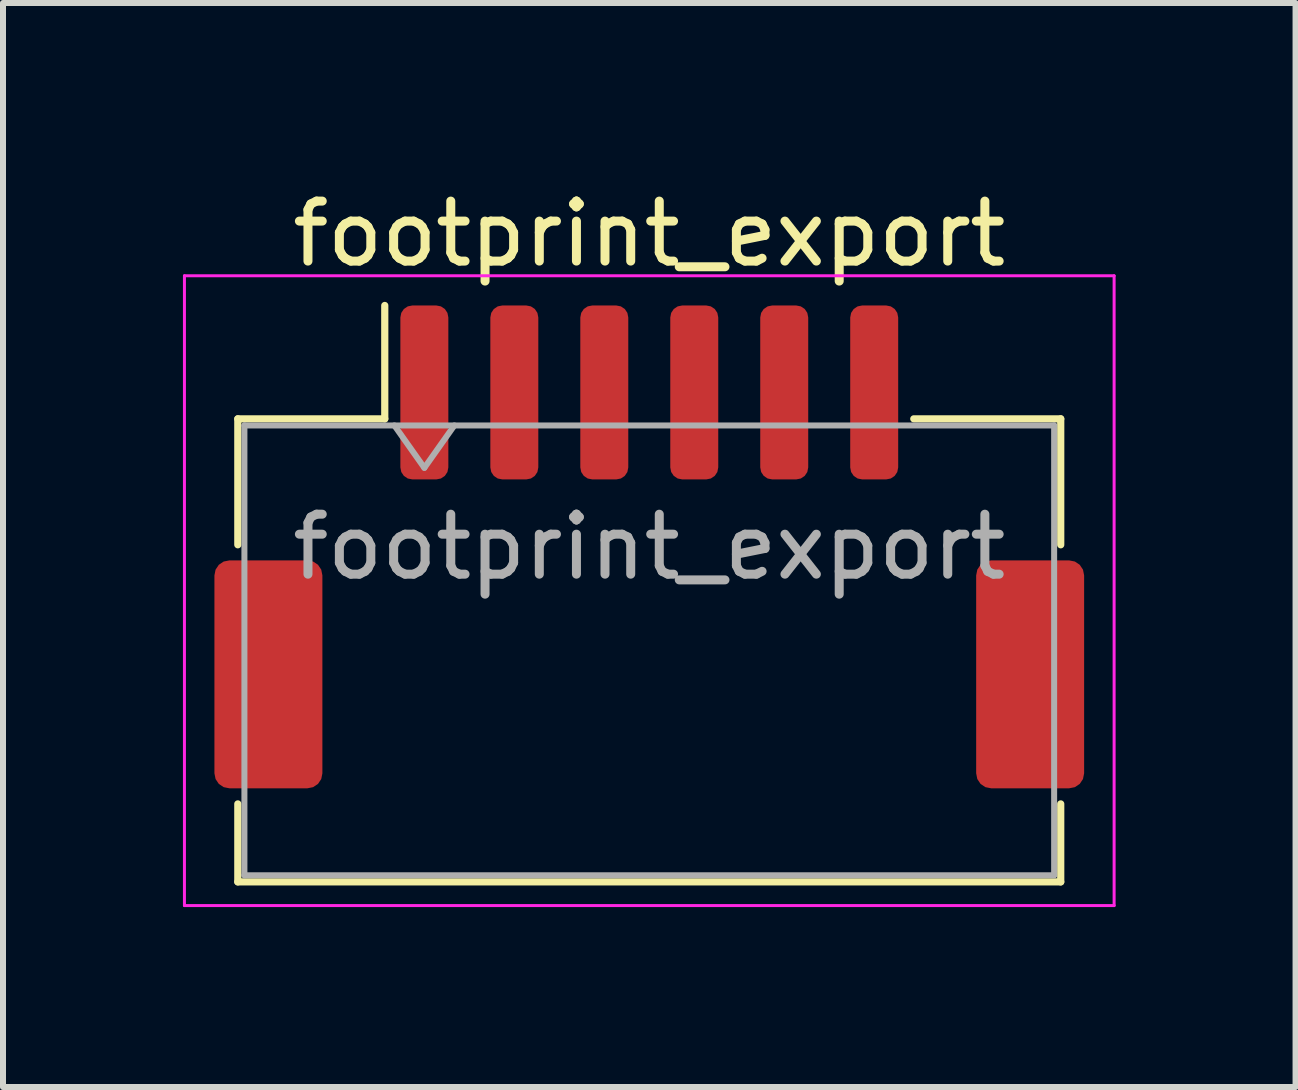
<source format=kicad_pcb>
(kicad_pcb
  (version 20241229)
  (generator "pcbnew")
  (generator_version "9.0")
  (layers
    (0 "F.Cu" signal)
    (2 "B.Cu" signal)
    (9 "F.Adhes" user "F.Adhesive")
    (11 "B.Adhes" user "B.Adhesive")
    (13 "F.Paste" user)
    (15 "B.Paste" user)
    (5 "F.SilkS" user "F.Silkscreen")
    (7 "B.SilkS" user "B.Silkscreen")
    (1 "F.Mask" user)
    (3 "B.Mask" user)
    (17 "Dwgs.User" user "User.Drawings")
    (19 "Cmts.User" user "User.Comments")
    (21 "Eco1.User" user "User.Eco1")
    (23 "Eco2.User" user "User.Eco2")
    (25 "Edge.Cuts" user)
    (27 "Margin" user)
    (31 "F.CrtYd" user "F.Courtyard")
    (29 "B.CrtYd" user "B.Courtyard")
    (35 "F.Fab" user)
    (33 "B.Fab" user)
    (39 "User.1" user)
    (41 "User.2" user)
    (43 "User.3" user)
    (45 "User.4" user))
  (footprint "footprint_export"
    (layer "F.Cu")
    (at 7.775 6.068)
    (property "Reference" "footprint_export" (at 0 -5.22 0) (layer "F.SilkS") (effects (font (size 1 1) (thickness 0.15))))
    (attr smd)
    (fp_line (start -6.86 -2.135) (end -4.41 -2.135) (stroke (width 0.12) (type solid)) (layer "F.SilkS"))
    (fp_line (start -6.86 -0.035) (end -6.86 -2.135) (stroke (width 0.12) (type solid)) (layer "F.SilkS"))
    (fp_line (start -6.86 4.285) (end -6.86 5.585) (stroke (width 0.12) (type solid)) (layer "F.SilkS"))
    (fp_line (start -6.86 5.585) (end 6.86 5.585) (stroke (width 0.12) (type solid)) (layer "F.SilkS"))
    (fp_line (start -4.41 -2.135) (end -4.41 -4.025) (stroke (width 0.12) (type solid)) (layer "F.SilkS"))
    (fp_line (start 6.86 -2.135) (end 4.41 -2.135) (stroke (width 0.12) (type solid)) (layer "F.SilkS"))
    (fp_line (start 6.86 -0.035) (end 6.86 -2.135) (stroke (width 0.12) (type solid)) (layer "F.SilkS"))
    (fp_line (start 6.86 5.585) (end 6.86 4.285) (stroke (width 0.12) (type solid)) (layer "F.SilkS"))
    (fp_line (start -7.75 -4.52) (end -7.75 5.98) (stroke (width 0.05) (type solid)) (layer "F.CrtYd"))
    (fp_line (start -7.75 5.98) (end 7.75 5.98) (stroke (width 0.05) (type solid)) (layer "F.CrtYd"))
    (fp_line (start 7.75 -4.52) (end -7.75 -4.52) (stroke (width 0.05) (type solid)) (layer "F.CrtYd"))
    (fp_line (start 7.75 5.98) (end 7.75 -4.52) (stroke (width 0.05) (type solid)) (layer "F.CrtYd"))
    (fp_line (start -6.75 -2.025) (end -6.75 5.475) (stroke (width 0.1) (type solid)) (layer "F.Fab"))
    (fp_line (start -6.75 -2.025) (end 6.75 -2.025) (stroke (width 0.1) (type solid)) (layer "F.Fab"))
    (fp_line (start -6.75 5.475) (end 6.75 5.475) (stroke (width 0.1) (type solid)) (layer "F.Fab"))
    (fp_line (start -4.25 -2.025) (end -3.75 -1.318) (stroke (width 0.1) (type solid)) (layer "F.Fab"))
    (fp_line (start -3.75 -1.318) (end -3.25 -2.025) (stroke (width 0.1) (type solid)) (layer "F.Fab"))
    (fp_line (start 6.75 -2.025) (end 6.75 5.475) (stroke (width 0.1) (type solid)) (layer "F.Fab"))
    (fp_text user "${REFERENCE}" (at 0 0 0) (layer "F.Fab") (effects (font (size 1 1) (thickness 0.15))))
    (pad "1" smd roundrect (at -3.75 -2.575) (size 0.8 2.9) (layers "F.Cu" "F.Mask" "F.Paste") (roundrect_rratio 0.25))
    (pad "2" smd roundrect (at -2.25 -2.575) (size 0.8 2.9) (layers "F.Cu" "F.Mask" "F.Paste") (roundrect_rratio 0.25))
    (pad "3" smd roundrect (at -0.75 -2.575) (size 0.8 2.9) (layers "F.Cu" "F.Mask" "F.Paste") (roundrect_rratio 0.25))
    (pad "4" smd roundrect (at 0.75 -2.575) (size 0.8 2.9) (layers "F.Cu" "F.Mask" "F.Paste") (roundrect_rratio 0.25))
    (pad "5" smd roundrect (at 2.25 -2.575) (size 0.8 2.9) (layers "F.Cu" "F.Mask" "F.Paste") (roundrect_rratio 0.25))
    (pad "6" smd roundrect (at 3.75 -2.575) (size 0.8 2.9) (layers "F.Cu" "F.Mask" "F.Paste") (roundrect_rratio 0.25))
    (pad "MP" smd roundrect (at -6.35 2.125) (size 1.8 3.8) (layers "F.Cu" "F.Mask" "F.Paste") (roundrect_rratio 0.139))
    (pad "MP" smd roundrect (at 6.35 2.125) (size 1.8 3.8) (layers "F.Cu" "F.Mask" "F.Paste") (roundrect_rratio 0.139)))
  (gr_rect
    (start -3 -3)
    (end 18.55 15.073)
    (stroke (width 0.1) (type default))
    (fill no)
    (layer "Edge.Cuts")))
</source>
